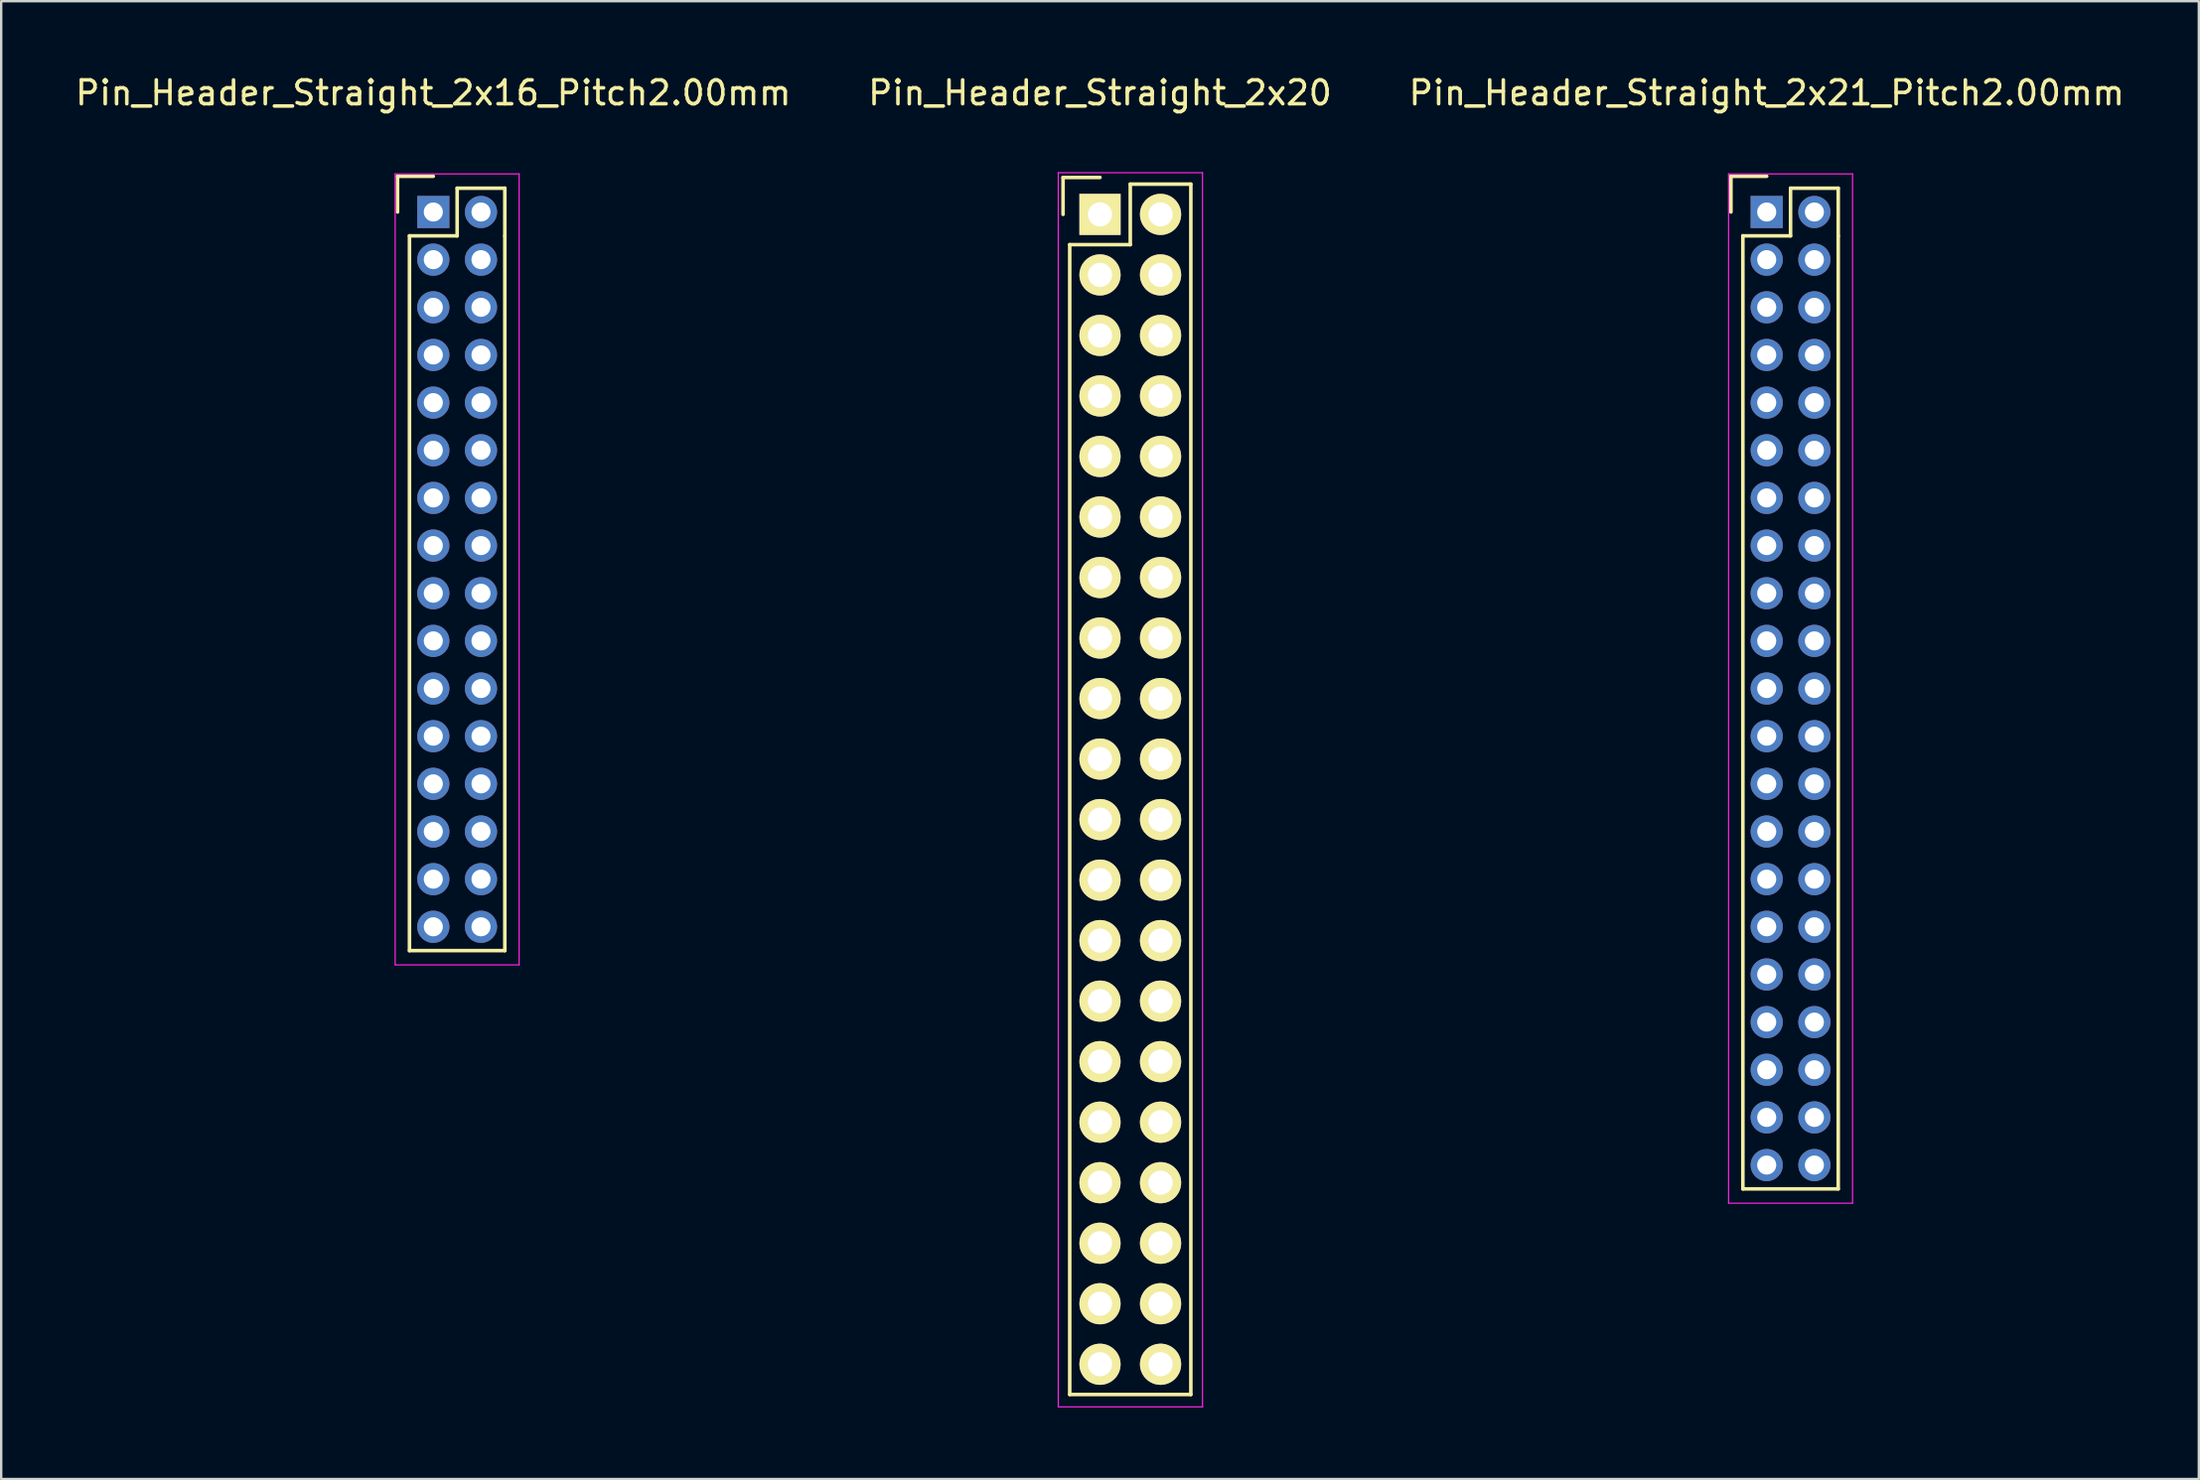
<source format=kicad_pcb>
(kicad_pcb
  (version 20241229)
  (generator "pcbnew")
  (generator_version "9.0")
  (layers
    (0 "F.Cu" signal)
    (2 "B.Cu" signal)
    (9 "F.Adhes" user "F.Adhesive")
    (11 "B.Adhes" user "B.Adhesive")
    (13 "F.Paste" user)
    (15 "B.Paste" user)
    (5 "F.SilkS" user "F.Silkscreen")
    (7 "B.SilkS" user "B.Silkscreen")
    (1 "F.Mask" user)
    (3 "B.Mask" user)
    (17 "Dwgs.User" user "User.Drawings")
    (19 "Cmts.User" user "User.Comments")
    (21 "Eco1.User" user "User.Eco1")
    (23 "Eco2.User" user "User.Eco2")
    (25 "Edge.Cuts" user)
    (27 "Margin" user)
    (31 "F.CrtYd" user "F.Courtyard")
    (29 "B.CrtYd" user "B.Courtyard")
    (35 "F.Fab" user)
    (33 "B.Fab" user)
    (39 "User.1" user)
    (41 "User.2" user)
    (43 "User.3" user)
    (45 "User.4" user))
  (footprint "Pin_Header_Straight_2x21_Pitch2.00mm"
    (layer "F.Cu")
    (at 71.054 5.848)
    (property "Reference" "Pin_Header_Straight_2x21_Pitch2.00mm" (at 0 -5 0) (layer "F.SilkS") (effects (font (size 1 1) (thickness 0.15))))
    (attr through_hole)
    (fp_line (start -1.5 -1.5) (end 0 -1.5) (stroke (width 0.15) (type solid)) (layer "F.SilkS"))
    (fp_line (start -1.5 0) (end -1.5 -1.5) (stroke (width 0.15) (type solid)) (layer "F.SilkS"))
    (fp_line (start -1 1) (end 1 1) (stroke (width 0.15) (type solid)) (layer "F.SilkS"))
    (fp_line (start -1 41) (end -1 1) (stroke (width 0.15) (type solid)) (layer "F.SilkS"))
    (fp_line (start 1 -1) (end 3 -1) (stroke (width 0.15) (type solid)) (layer "F.SilkS"))
    (fp_line (start 1 1) (end 1 -1) (stroke (width 0.15) (type solid)) (layer "F.SilkS"))
    (fp_line (start 3 -1) (end 3 1) (stroke (width 0.15) (type solid)) (layer "F.SilkS"))
    (fp_line (start 3 1) (end 3 41) (stroke (width 0.15) (type solid)) (layer "F.SilkS"))
    (fp_line (start 3 41) (end -1 41) (stroke (width 0.15) (type solid)) (layer "F.SilkS"))
    (fp_line (start -1.6 -1.6) (end 3.6 -1.6) (stroke (width 0.05) (type solid)) (layer "F.CrtYd"))
    (fp_line (start -1.6 41.6) (end -1.6 -1.6) (stroke (width 0.05) (type solid)) (layer "F.CrtYd"))
    (fp_line (start 3.6 -1.6) (end 3.6 41.6) (stroke (width 0.05) (type solid)) (layer "F.CrtYd"))
    (fp_line (start 3.6 41.6) (end -1.6 41.6) (stroke (width 0.05) (type solid)) (layer "F.CrtYd"))
    (pad "1" thru_hole rect (at 0 0) (size 1.35 1.35) (drill 0.8) (layers "*.Cu" "*.Mask"))
    (pad "2" thru_hole circle (at 2 0) (size 1.35 1.35) (drill 0.8) (layers "*.Cu" "*.Mask"))
    (pad "3" thru_hole circle (at 0 2) (size 1.35 1.35) (drill 0.8) (layers "*.Cu" "*.Mask"))
    (pad "4" thru_hole circle (at 2 2) (size 1.35 1.35) (drill 0.8) (layers "*.Cu" "*.Mask"))
    (pad "5" thru_hole circle (at 0 4) (size 1.35 1.35) (drill 0.8) (layers "*.Cu" "*.Mask"))
    (pad "6" thru_hole circle (at 2 4) (size 1.35 1.35) (drill 0.8) (layers "*.Cu" "*.Mask"))
    (pad "7" thru_hole circle (at 0 6) (size 1.35 1.35) (drill 0.8) (layers "*.Cu" "*.Mask"))
    (pad "8" thru_hole circle (at 2 6) (size 1.35 1.35) (drill 0.8) (layers "*.Cu" "*.Mask"))
    (pad "9" thru_hole circle (at 0 8) (size 1.35 1.35) (drill 0.8) (layers "*.Cu" "*.Mask"))
    (pad "10" thru_hole circle (at 2 8) (size 1.35 1.35) (drill 0.8) (layers "*.Cu" "*.Mask"))
    (pad "11" thru_hole circle (at 0 10) (size 1.35 1.35) (drill 0.8) (layers "*.Cu" "*.Mask"))
    (pad "12" thru_hole circle (at 2 10) (size 1.35 1.35) (drill 0.8) (layers "*.Cu" "*.Mask"))
    (pad "13" thru_hole circle (at 0 12) (size 1.35 1.35) (drill 0.8) (layers "*.Cu" "*.Mask"))
    (pad "14" thru_hole circle (at 2 12) (size 1.35 1.35) (drill 0.8) (layers "*.Cu" "*.Mask"))
    (pad "15" thru_hole circle (at 0 14) (size 1.35 1.35) (drill 0.8) (layers "*.Cu" "*.Mask"))
    (pad "16" thru_hole circle (at 2 14) (size 1.35 1.35) (drill 0.8) (layers "*.Cu" "*.Mask"))
    (pad "17" thru_hole circle (at 0 16) (size 1.35 1.35) (drill 0.8) (layers "*.Cu" "*.Mask"))
    (pad "18" thru_hole circle (at 2 16) (size 1.35 1.35) (drill 0.8) (layers "*.Cu" "*.Mask"))
    (pad "19" thru_hole circle (at 0 18) (size 1.35 1.35) (drill 0.8) (layers "*.Cu" "*.Mask"))
    (pad "20" thru_hole circle (at 2 18) (size 1.35 1.35) (drill 0.8) (layers "*.Cu" "*.Mask"))
    (pad "21" thru_hole circle (at 0 20) (size 1.35 1.35) (drill 0.8) (layers "*.Cu" "*.Mask"))
    (pad "22" thru_hole circle (at 2 20) (size 1.35 1.35) (drill 0.8) (layers "*.Cu" "*.Mask"))
    (pad "23" thru_hole circle (at 0 22) (size 1.35 1.35) (drill 0.8) (layers "*.Cu" "*.Mask"))
    (pad "24" thru_hole circle (at 2 22) (size 1.35 1.35) (drill 0.8) (layers "*.Cu" "*.Mask"))
    (pad "25" thru_hole circle (at 0 24) (size 1.35 1.35) (drill 0.8) (layers "*.Cu" "*.Mask"))
    (pad "26" thru_hole circle (at 2 24) (size 1.35 1.35) (drill 0.8) (layers "*.Cu" "*.Mask"))
    (pad "27" thru_hole circle (at 0 26) (size 1.35 1.35) (drill 0.8) (layers "*.Cu" "*.Mask"))
    (pad "28" thru_hole circle (at 2 26) (size 1.35 1.35) (drill 0.8) (layers "*.Cu" "*.Mask"))
    (pad "29" thru_hole circle (at 0 28) (size 1.35 1.35) (drill 0.8) (layers "*.Cu" "*.Mask"))
    (pad "30" thru_hole circle (at 2 28) (size 1.35 1.35) (drill 0.8) (layers "*.Cu" "*.Mask"))
    (pad "31" thru_hole circle (at 0 30) (size 1.35 1.35) (drill 0.8) (layers "*.Cu" "*.Mask"))
    (pad "32" thru_hole circle (at 2 30) (size 1.35 1.35) (drill 0.8) (layers "*.Cu" "*.Mask"))
    (pad "33" thru_hole circle (at 0 32) (size 1.35 1.35) (drill 0.8) (layers "*.Cu" "*.Mask"))
    (pad "34" thru_hole circle (at 2 32) (size 1.35 1.35) (drill 0.8) (layers "*.Cu" "*.Mask"))
    (pad "35" thru_hole circle (at 0 34) (size 1.35 1.35) (drill 0.8) (layers "*.Cu" "*.Mask"))
    (pad "36" thru_hole circle (at 2 34) (size 1.35 1.35) (drill 0.8) (layers "*.Cu" "*.Mask"))
    (pad "37" thru_hole circle (at 0 36) (size 1.35 1.35) (drill 0.8) (layers "*.Cu" "*.Mask"))
    (pad "38" thru_hole circle (at 2 36) (size 1.35 1.35) (drill 0.8) (layers "*.Cu" "*.Mask"))
    (pad "39" thru_hole circle (at 0 38) (size 1.35 1.35) (drill 0.8) (layers "*.Cu" "*.Mask"))
    (pad "40" thru_hole circle (at 2 38) (size 1.35 1.35) (drill 0.8) (layers "*.Cu" "*.Mask"))
    (pad "41" thru_hole circle (at 0 40) (size 1.35 1.35) (drill 0.8) (layers "*.Cu" "*.Mask"))
    (pad "42" thru_hole circle (at 2 40) (size 1.35 1.35) (drill 0.8) (layers "*.Cu" "*.Mask")))
  (footprint "Pin_Header_Straight_2x20"
    (layer "F.Cu")
    (at 43.089 5.948)
    (property "Reference" "Pin_Header_Straight_2x20" (at 0 -5.1 0) (layer "F.SilkS") (effects (font (size 1 1) (thickness 0.15))))
    (attr through_hole)
    (fp_line (start -1.55 -1.55) (end -1.55 0) (stroke (width 0.15) (type solid)) (layer "F.SilkS"))
    (fp_line (start -1.27 1.27) (end -1.27 49.53) (stroke (width 0.15) (type solid)) (layer "F.SilkS"))
    (fp_line (start 0 -1.55) (end -1.55 -1.55) (stroke (width 0.15) (type solid)) (layer "F.SilkS"))
    (fp_line (start 1.27 -1.27) (end 1.27 1.27) (stroke (width 0.15) (type solid)) (layer "F.SilkS"))
    (fp_line (start 1.27 1.27) (end -1.27 1.27) (stroke (width 0.15) (type solid)) (layer "F.SilkS"))
    (fp_line (start 3.81 -1.27) (end 1.27 -1.27) (stroke (width 0.15) (type solid)) (layer "F.SilkS"))
    (fp_line (start 3.81 49.53) (end -1.27 49.53) (stroke (width 0.15) (type solid)) (layer "F.SilkS"))
    (fp_line (start 3.81 49.53) (end 3.81 -1.27) (stroke (width 0.15) (type solid)) (layer "F.SilkS"))
    (fp_line (start -1.75 -1.75) (end -1.75 50.05) (stroke (width 0.05) (type solid)) (layer "F.CrtYd"))
    (fp_line (start -1.75 -1.75) (end 4.3 -1.75) (stroke (width 0.05) (type solid)) (layer "F.CrtYd"))
    (fp_line (start -1.75 50.05) (end 4.3 50.05) (stroke (width 0.05) (type solid)) (layer "F.CrtYd"))
    (fp_line (start 4.3 -1.75) (end 4.3 50.05) (stroke (width 0.05) (type solid)) (layer "F.CrtYd"))
    (pad "1" thru_hole rect (at 0 0) (size 1.727 1.727) (drill 1.016) (layers "*.Cu" "*.Mask" "F.SilkS"))
    (pad "2" thru_hole oval (at 2.54 0) (size 1.727 1.727) (drill 1.016) (layers "*.Cu" "*.Mask" "F.SilkS"))
    (pad "3" thru_hole oval (at 0 2.54) (size 1.727 1.727) (drill 1.016) (layers "*.Cu" "*.Mask" "F.SilkS"))
    (pad "4" thru_hole oval (at 2.54 2.54) (size 1.727 1.727) (drill 1.016) (layers "*.Cu" "*.Mask" "F.SilkS"))
    (pad "5" thru_hole oval (at 0 5.08) (size 1.727 1.727) (drill 1.016) (layers "*.Cu" "*.Mask" "F.SilkS"))
    (pad "6" thru_hole oval (at 2.54 5.08) (size 1.727 1.727) (drill 1.016) (layers "*.Cu" "*.Mask" "F.SilkS"))
    (pad "7" thru_hole oval (at 0 7.62) (size 1.727 1.727) (drill 1.016) (layers "*.Cu" "*.Mask" "F.SilkS"))
    (pad "8" thru_hole oval (at 2.54 7.62) (size 1.727 1.727) (drill 1.016) (layers "*.Cu" "*.Mask" "F.SilkS"))
    (pad "9" thru_hole oval (at 0 10.16) (size 1.727 1.727) (drill 1.016) (layers "*.Cu" "*.Mask" "F.SilkS"))
    (pad "10" thru_hole oval (at 2.54 10.16) (size 1.727 1.727) (drill 1.016) (layers "*.Cu" "*.Mask" "F.SilkS"))
    (pad "11" thru_hole oval (at 0 12.7) (size 1.727 1.727) (drill 1.016) (layers "*.Cu" "*.Mask" "F.SilkS"))
    (pad "12" thru_hole oval (at 2.54 12.7) (size 1.727 1.727) (drill 1.016) (layers "*.Cu" "*.Mask" "F.SilkS"))
    (pad "13" thru_hole oval (at 0 15.24) (size 1.727 1.727) (drill 1.016) (layers "*.Cu" "*.Mask" "F.SilkS"))
    (pad "14" thru_hole oval (at 2.54 15.24) (size 1.727 1.727) (drill 1.016) (layers "*.Cu" "*.Mask" "F.SilkS"))
    (pad "15" thru_hole oval (at 0 17.78) (size 1.727 1.727) (drill 1.016) (layers "*.Cu" "*.Mask" "F.SilkS"))
    (pad "16" thru_hole oval (at 2.54 17.78) (size 1.727 1.727) (drill 1.016) (layers "*.Cu" "*.Mask" "F.SilkS"))
    (pad "17" thru_hole oval (at 0 20.32) (size 1.727 1.727) (drill 1.016) (layers "*.Cu" "*.Mask" "F.SilkS"))
    (pad "18" thru_hole oval (at 2.54 20.32) (size 1.727 1.727) (drill 1.016) (layers "*.Cu" "*.Mask" "F.SilkS"))
    (pad "19" thru_hole oval (at 0 22.86) (size 1.727 1.727) (drill 1.016) (layers "*.Cu" "*.Mask" "F.SilkS"))
    (pad "20" thru_hole oval (at 2.54 22.86) (size 1.727 1.727) (drill 1.016) (layers "*.Cu" "*.Mask" "F.SilkS"))
    (pad "21" thru_hole oval (at 0 25.4) (size 1.727 1.727) (drill 1.016) (layers "*.Cu" "*.Mask" "F.SilkS"))
    (pad "22" thru_hole oval (at 2.54 25.4) (size 1.727 1.727) (drill 1.016) (layers "*.Cu" "*.Mask" "F.SilkS"))
    (pad "23" thru_hole oval (at 0 27.94) (size 1.727 1.727) (drill 1.016) (layers "*.Cu" "*.Mask" "F.SilkS"))
    (pad "24" thru_hole oval (at 2.54 27.94) (size 1.727 1.727) (drill 1.016) (layers "*.Cu" "*.Mask" "F.SilkS"))
    (pad "25" thru_hole oval (at 0 30.48) (size 1.727 1.727) (drill 1.016) (layers "*.Cu" "*.Mask" "F.SilkS"))
    (pad "26" thru_hole oval (at 2.54 30.48) (size 1.727 1.727) (drill 1.016) (layers "*.Cu" "*.Mask" "F.SilkS"))
    (pad "27" thru_hole oval (at 0 33.02) (size 1.727 1.727) (drill 1.016) (layers "*.Cu" "*.Mask" "F.SilkS"))
    (pad "28" thru_hole oval (at 2.54 33.02) (size 1.727 1.727) (drill 1.016) (layers "*.Cu" "*.Mask" "F.SilkS"))
    (pad "29" thru_hole oval (at 0 35.56) (size 1.727 1.727) (drill 1.016) (layers "*.Cu" "*.Mask" "F.SilkS"))
    (pad "30" thru_hole oval (at 2.54 35.56) (size 1.727 1.727) (drill 1.016) (layers "*.Cu" "*.Mask" "F.SilkS"))
    (pad "31" thru_hole oval (at 0 38.1) (size 1.727 1.727) (drill 1.016) (layers "*.Cu" "*.Mask" "F.SilkS"))
    (pad "32" thru_hole oval (at 2.54 38.1) (size 1.727 1.727) (drill 1.016) (layers "*.Cu" "*.Mask" "F.SilkS"))
    (pad "33" thru_hole oval (at 0 40.64) (size 1.727 1.727) (drill 1.016) (layers "*.Cu" "*.Mask" "F.SilkS"))
    (pad "34" thru_hole oval (at 2.54 40.64) (size 1.727 1.727) (drill 1.016) (layers "*.Cu" "*.Mask" "F.SilkS"))
    (pad "35" thru_hole oval (at 0 43.18) (size 1.727 1.727) (drill 1.016) (layers "*.Cu" "*.Mask" "F.SilkS"))
    (pad "36" thru_hole oval (at 2.54 43.18) (size 1.727 1.727) (drill 1.016) (layers "*.Cu" "*.Mask" "F.SilkS"))
    (pad "37" thru_hole oval (at 0 45.72) (size 1.727 1.727) (drill 1.016) (layers "*.Cu" "*.Mask" "F.SilkS"))
    (pad "38" thru_hole oval (at 2.54 45.72) (size 1.727 1.727) (drill 1.016) (layers "*.Cu" "*.Mask" "F.SilkS"))
    (pad "39" thru_hole oval (at 0 48.26) (size 1.727 1.727) (drill 1.016) (layers "*.Cu" "*.Mask" "F.SilkS"))
    (pad "40" thru_hole oval (at 2.54 48.26) (size 1.727 1.727) (drill 1.016) (layers "*.Cu" "*.Mask" "F.SilkS")))
  (footprint "Pin_Header_Straight_2x16_Pitch2.00mm"
    (layer "F.Cu")
    (at 15.125 5.848)
    (property "Reference" "Pin_Header_Straight_2x16_Pitch2.00mm" (at 0 -5 0) (layer "F.SilkS") (effects (font (size 1 1) (thickness 0.15))))
    (attr through_hole)
    (fp_line (start -1.5 -1.5) (end 0 -1.5) (stroke (width 0.15) (type solid)) (layer "F.SilkS"))
    (fp_line (start -1.5 0) (end -1.5 -1.5) (stroke (width 0.15) (type solid)) (layer "F.SilkS"))
    (fp_line (start -1 1) (end 1 1) (stroke (width 0.15) (type solid)) (layer "F.SilkS"))
    (fp_line (start -1 31) (end -1 1) (stroke (width 0.15) (type solid)) (layer "F.SilkS"))
    (fp_line (start 1 -1) (end 3 -1) (stroke (width 0.15) (type solid)) (layer "F.SilkS"))
    (fp_line (start 1 1) (end 1 -1) (stroke (width 0.15) (type solid)) (layer "F.SilkS"))
    (fp_line (start 3 -1) (end 3 1) (stroke (width 0.15) (type solid)) (layer "F.SilkS"))
    (fp_line (start 3 1) (end 3 31) (stroke (width 0.15) (type solid)) (layer "F.SilkS"))
    (fp_line (start 3 31) (end -1 31) (stroke (width 0.15) (type solid)) (layer "F.SilkS"))
    (fp_line (start -1.6 -1.6) (end 3.6 -1.6) (stroke (width 0.05) (type solid)) (layer "F.CrtYd"))
    (fp_line (start -1.6 31.6) (end -1.6 -1.6) (stroke (width 0.05) (type solid)) (layer "F.CrtYd"))
    (fp_line (start 3.6 -1.6) (end 3.6 31.6) (stroke (width 0.05) (type solid)) (layer "F.CrtYd"))
    (fp_line (start 3.6 31.6) (end -1.6 31.6) (stroke (width 0.05) (type solid)) (layer "F.CrtYd"))
    (pad "1" thru_hole rect (at 0 0) (size 1.35 1.35) (drill 0.8) (layers "*.Cu" "*.Mask"))
    (pad "2" thru_hole circle (at 2 0) (size 1.35 1.35) (drill 0.8) (layers "*.Cu" "*.Mask"))
    (pad "3" thru_hole circle (at 0 2) (size 1.35 1.35) (drill 0.8) (layers "*.Cu" "*.Mask"))
    (pad "4" thru_hole circle (at 2 2) (size 1.35 1.35) (drill 0.8) (layers "*.Cu" "*.Mask"))
    (pad "5" thru_hole circle (at 0 4) (size 1.35 1.35) (drill 0.8) (layers "*.Cu" "*.Mask"))
    (pad "6" thru_hole circle (at 2 4) (size 1.35 1.35) (drill 0.8) (layers "*.Cu" "*.Mask"))
    (pad "7" thru_hole circle (at 0 6) (size 1.35 1.35) (drill 0.8) (layers "*.Cu" "*.Mask"))
    (pad "8" thru_hole circle (at 2 6) (size 1.35 1.35) (drill 0.8) (layers "*.Cu" "*.Mask"))
    (pad "9" thru_hole circle (at 0 8) (size 1.35 1.35) (drill 0.8) (layers "*.Cu" "*.Mask"))
    (pad "10" thru_hole circle (at 2 8) (size 1.35 1.35) (drill 0.8) (layers "*.Cu" "*.Mask"))
    (pad "11" thru_hole circle (at 0 10) (size 1.35 1.35) (drill 0.8) (layers "*.Cu" "*.Mask"))
    (pad "12" thru_hole circle (at 2 10) (size 1.35 1.35) (drill 0.8) (layers "*.Cu" "*.Mask"))
    (pad "13" thru_hole circle (at 0 12) (size 1.35 1.35) (drill 0.8) (layers "*.Cu" "*.Mask"))
    (pad "14" thru_hole circle (at 2 12) (size 1.35 1.35) (drill 0.8) (layers "*.Cu" "*.Mask"))
    (pad "15" thru_hole circle (at 0 14) (size 1.35 1.35) (drill 0.8) (layers "*.Cu" "*.Mask"))
    (pad "16" thru_hole circle (at 2 14) (size 1.35 1.35) (drill 0.8) (layers "*.Cu" "*.Mask"))
    (pad "17" thru_hole circle (at 0 16) (size 1.35 1.35) (drill 0.8) (layers "*.Cu" "*.Mask"))
    (pad "18" thru_hole circle (at 2 16) (size 1.35 1.35) (drill 0.8) (layers "*.Cu" "*.Mask"))
    (pad "19" thru_hole circle (at 0 18) (size 1.35 1.35) (drill 0.8) (layers "*.Cu" "*.Mask"))
    (pad "20" thru_hole circle (at 2 18) (size 1.35 1.35) (drill 0.8) (layers "*.Cu" "*.Mask"))
    (pad "21" thru_hole circle (at 0 20) (size 1.35 1.35) (drill 0.8) (layers "*.Cu" "*.Mask"))
    (pad "22" thru_hole circle (at 2 20) (size 1.35 1.35) (drill 0.8) (layers "*.Cu" "*.Mask"))
    (pad "23" thru_hole circle (at 0 22) (size 1.35 1.35) (drill 0.8) (layers "*.Cu" "*.Mask"))
    (pad "24" thru_hole circle (at 2 22) (size 1.35 1.35) (drill 0.8) (layers "*.Cu" "*.Mask"))
    (pad "25" thru_hole circle (at 0 24) (size 1.35 1.35) (drill 0.8) (layers "*.Cu" "*.Mask"))
    (pad "26" thru_hole circle (at 2 24) (size 1.35 1.35) (drill 0.8) (layers "*.Cu" "*.Mask"))
    (pad "27" thru_hole circle (at 0 26) (size 1.35 1.35) (drill 0.8) (layers "*.Cu" "*.Mask"))
    (pad "28" thru_hole circle (at 2 26) (size 1.35 1.35) (drill 0.8) (layers "*.Cu" "*.Mask"))
    (pad "29" thru_hole circle (at 0 28) (size 1.35 1.35) (drill 0.8) (layers "*.Cu" "*.Mask"))
    (pad "30" thru_hole circle (at 2 28) (size 1.35 1.35) (drill 0.8) (layers "*.Cu" "*.Mask"))
    (pad "31" thru_hole circle (at 0 30) (size 1.35 1.35) (drill 0.8) (layers "*.Cu" "*.Mask"))
    (pad "32" thru_hole circle (at 2 30) (size 1.35 1.35) (drill 0.8) (layers "*.Cu" "*.Mask")))
  (gr_rect
    (start -3 -3)
    (end 89.179 59.023)
    (stroke (width 0.1) (type default))
    (fill no)
    (layer "Edge.Cuts")))
</source>
